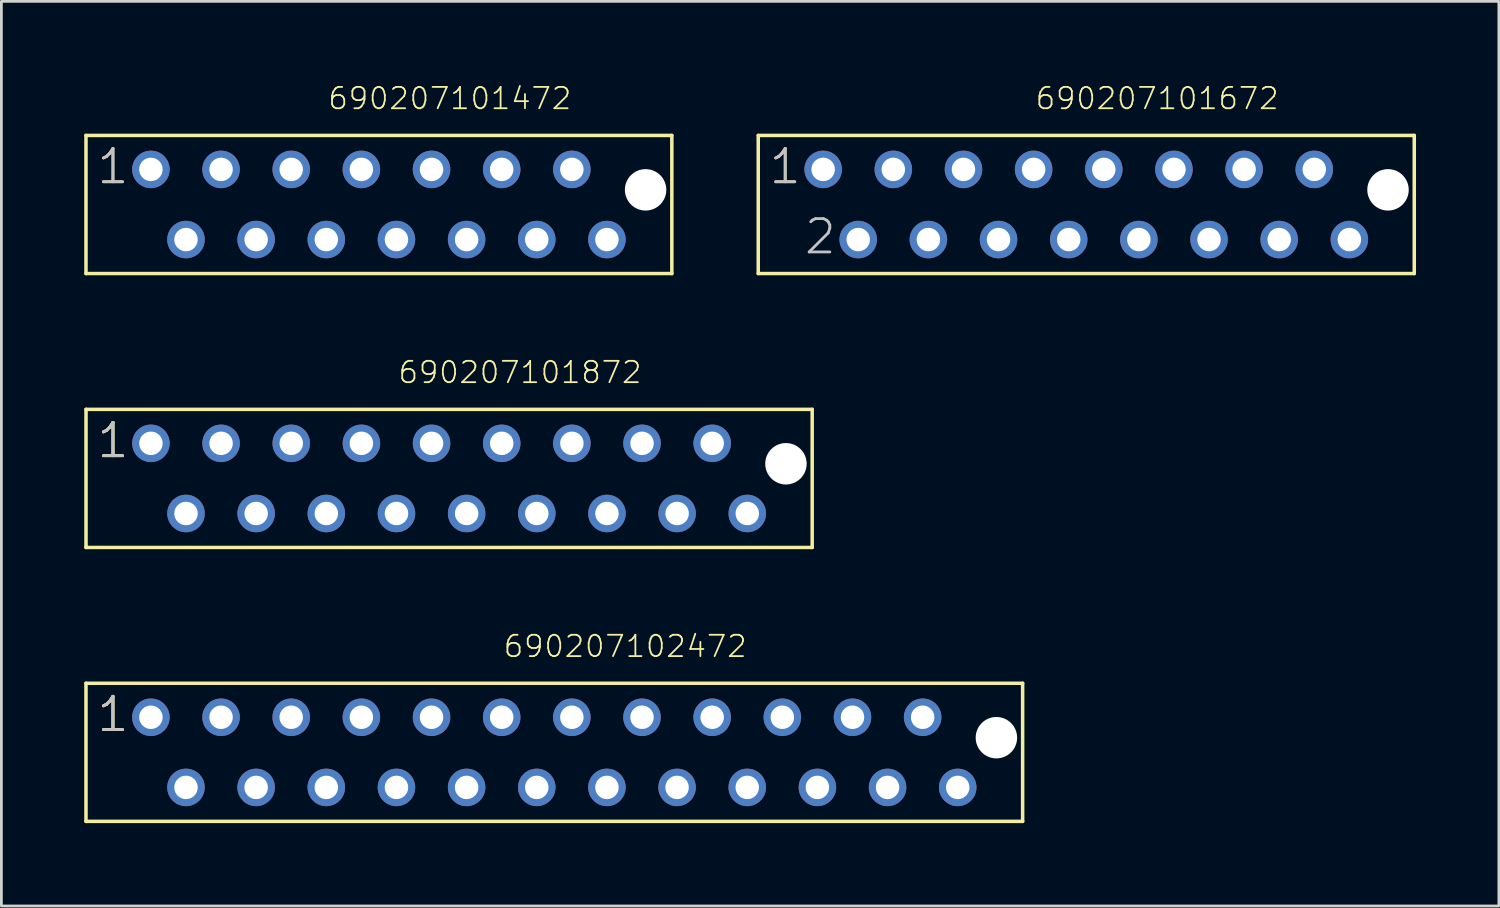
<source format=kicad_pcb>
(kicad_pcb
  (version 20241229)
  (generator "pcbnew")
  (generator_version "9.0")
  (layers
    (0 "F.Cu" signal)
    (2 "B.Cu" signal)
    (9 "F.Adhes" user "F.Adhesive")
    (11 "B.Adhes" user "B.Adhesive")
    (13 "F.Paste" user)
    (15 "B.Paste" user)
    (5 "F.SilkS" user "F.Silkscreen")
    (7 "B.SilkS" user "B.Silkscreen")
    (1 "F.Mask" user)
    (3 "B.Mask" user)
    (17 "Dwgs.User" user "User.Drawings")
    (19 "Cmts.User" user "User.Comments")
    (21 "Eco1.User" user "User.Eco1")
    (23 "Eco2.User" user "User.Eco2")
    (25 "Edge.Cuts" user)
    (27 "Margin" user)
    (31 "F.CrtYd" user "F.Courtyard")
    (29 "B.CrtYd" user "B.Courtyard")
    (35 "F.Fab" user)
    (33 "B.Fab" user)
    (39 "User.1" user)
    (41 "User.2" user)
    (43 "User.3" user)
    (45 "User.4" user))
  (footprint "690207102472"
    (layer "F.Cu")
    (at 17.018 24.187)
    (property "Reference" "690207102472" (at -1.887 -3.386 0) (layer "F.SilkS") (effects (font (size 0.772 0.772) (thickness 0.065)) (justify left bottom)))
    (attr through_hole)
    (fp_line (start -16.955 -2.5) (end -16.955 2.5) (stroke (width 0.127) (type solid)) (layer "F.SilkS"))
    (fp_line (start -16.955 2.5) (end 16.955 2.5) (stroke (width 0.127) (type solid)) (layer "F.SilkS"))
    (fp_line (start 16.955 -2.5) (end -16.955 -2.5) (stroke (width 0.127) (type solid)) (layer "F.SilkS"))
    (fp_line (start 16.955 2.5) (end 16.955 -2.5) (stroke (width 0.127) (type solid)) (layer "F.SilkS"))
    (fp_text user "1" (at -16.62 -0.67 0) (layer "F.SilkS") (effects (font (size 1.206 1.206) (thickness 0.102)) (justify left bottom)))
    (fp_text user "1" (at -16.62 -0.67 0) (layer "F.SilkS") (effects (font (size 1.206 1.206) (thickness 0.102)) (justify left bottom)))
    (fp_text user "1" (at -16.62 -0.67 0) (layer "Dwgs.User") (effects (font (size 1.206 1.206) (thickness 0.102)) (justify left bottom)))
    (pad "" np_thru_hole circle (at 16.005 -0.53) (size 1.5 1.5) (drill 1.5) (layers "*.Cu"))
    (pad "1" thru_hole circle (at -14.605 -1.27 180) (size 1.358 1.358) (drill 0.85) (layers "*.Cu" "*.Mask"))
    (pad "2" thru_hole circle (at -13.335 1.27 180) (size 1.358 1.358) (drill 0.85) (layers "*.Cu" "*.Mask"))
    (pad "3" thru_hole circle (at -12.065 -1.27 180) (size 1.358 1.358) (drill 0.85) (layers "*.Cu" "*.Mask"))
    (pad "4" thru_hole circle (at -10.795 1.27 180) (size 1.358 1.358) (drill 0.85) (layers "*.Cu" "*.Mask"))
    (pad "5" thru_hole circle (at -9.525 -1.27 180) (size 1.358 1.358) (drill 0.85) (layers "*.Cu" "*.Mask"))
    (pad "6" thru_hole circle (at -8.255 1.27 180) (size 1.358 1.358) (drill 0.85) (layers "*.Cu" "*.Mask"))
    (pad "7" thru_hole circle (at -6.985 -1.27 180) (size 1.358 1.358) (drill 0.85) (layers "*.Cu" "*.Mask"))
    (pad "8" thru_hole circle (at -5.715 1.27 180) (size 1.358 1.358) (drill 0.85) (layers "*.Cu" "*.Mask"))
    (pad "9" thru_hole circle (at -4.445 -1.27 180) (size 1.358 1.358) (drill 0.85) (layers "*.Cu" "*.Mask"))
    (pad "10" thru_hole circle (at -3.175 1.27 180) (size 1.358 1.358) (drill 0.85) (layers "*.Cu" "*.Mask"))
    (pad "11" thru_hole circle (at -1.905 -1.27 180) (size 1.358 1.358) (drill 0.85) (layers "*.Cu" "*.Mask"))
    (pad "12" thru_hole circle (at -0.635 1.27 180) (size 1.358 1.358) (drill 0.85) (layers "*.Cu" "*.Mask"))
    (pad "13" thru_hole circle (at 0.635 -1.27 180) (size 1.358 1.358) (drill 0.85) (layers "*.Cu" "*.Mask"))
    (pad "14" thru_hole circle (at 1.905 1.27 180) (size 1.358 1.358) (drill 0.85) (layers "*.Cu" "*.Mask"))
    (pad "15" thru_hole circle (at 3.175 -1.27 180) (size 1.358 1.358) (drill 0.85) (layers "*.Cu" "*.Mask"))
    (pad "16" thru_hole circle (at 4.445 1.27 180) (size 1.358 1.358) (drill 0.85) (layers "*.Cu" "*.Mask"))
    (pad "17" thru_hole circle (at 5.715 -1.27 180) (size 1.358 1.358) (drill 0.85) (layers "*.Cu" "*.Mask"))
    (pad "18" thru_hole circle (at 6.985 1.27 180) (size 1.358 1.358) (drill 0.85) (layers "*.Cu" "*.Mask"))
    (pad "19" thru_hole circle (at 8.255 -1.27 180) (size 1.358 1.358) (drill 0.85) (layers "*.Cu" "*.Mask"))
    (pad "20" thru_hole circle (at 9.525 1.27 180) (size 1.358 1.358) (drill 0.85) (layers "*.Cu" "*.Mask"))
    (pad "21" thru_hole circle (at 10.795 -1.27 180) (size 1.358 1.358) (drill 0.85) (layers "*.Cu" "*.Mask"))
    (pad "22" thru_hole circle (at 12.065 1.27 180) (size 1.358 1.358) (drill 0.85) (layers "*.Cu" "*.Mask"))
    (pad "23" thru_hole circle (at 13.335 -1.27 180) (size 1.358 1.358) (drill 0.85) (layers "*.Cu" "*.Mask"))
    (pad "24" thru_hole circle (at 14.605 1.27 180) (size 1.358 1.358) (drill 0.85) (layers "*.Cu" "*.Mask")))
  (footprint "690207101672"
    (layer "F.Cu")
    (at 36.276 4.353)
    (property "Reference" "690207101672" (at -1.887 -3.386 0) (layer "F.SilkS") (effects (font (size 0.772 0.772) (thickness 0.065)) (justify left bottom)))
    (attr through_hole)
    (fp_line (start -11.875 -2.5) (end -11.875 2.5) (stroke (width 0.127) (type solid)) (layer "F.SilkS"))
    (fp_line (start -11.875 2.5) (end 11.875 2.5) (stroke (width 0.127) (type solid)) (layer "F.SilkS"))
    (fp_line (start 11.875 -2.5) (end -11.875 -2.5) (stroke (width 0.127) (type solid)) (layer "F.SilkS"))
    (fp_line (start 11.875 2.5) (end 11.875 -2.5) (stroke (width 0.127) (type solid)) (layer "F.SilkS"))
    (fp_text user "1" (at -11.54 -0.67 0) (layer "F.SilkS") (effects (font (size 1.206 1.206) (thickness 0.102)) (justify left bottom)))
    (fp_text user "1" (at -11.54 -0.67 0) (layer "Dwgs.User") (effects (font (size 1.206 1.206) (thickness 0.102)) (justify left bottom)))
    (fp_text user "2" (at -10.27 1.87 0) (layer "Dwgs.User") (effects (font (size 1.206 1.206) (thickness 0.102)) (justify left bottom)))
    (pad "" np_thru_hole circle (at 10.925 -0.53) (size 1.5 1.5) (drill 1.5) (layers "*.Cu"))
    (pad "1" thru_hole circle (at -9.525 -1.27 180) (size 1.358 1.358) (drill 0.85) (layers "*.Cu" "*.Mask"))
    (pad "2" thru_hole circle (at -8.255 1.27 180) (size 1.358 1.358) (drill 0.85) (layers "*.Cu" "*.Mask"))
    (pad "3" thru_hole circle (at -6.985 -1.27 180) (size 1.358 1.358) (drill 0.85) (layers "*.Cu" "*.Mask"))
    (pad "4" thru_hole circle (at -5.715 1.27 180) (size 1.358 1.358) (drill 0.85) (layers "*.Cu" "*.Mask"))
    (pad "5" thru_hole circle (at -4.445 -1.27 180) (size 1.358 1.358) (drill 0.85) (layers "*.Cu" "*.Mask"))
    (pad "6" thru_hole circle (at -3.175 1.27 180) (size 1.358 1.358) (drill 0.85) (layers "*.Cu" "*.Mask"))
    (pad "7" thru_hole circle (at -1.905 -1.27 180) (size 1.358 1.358) (drill 0.85) (layers "*.Cu" "*.Mask"))
    (pad "8" thru_hole circle (at -0.635 1.27 180) (size 1.358 1.358) (drill 0.85) (layers "*.Cu" "*.Mask"))
    (pad "9" thru_hole circle (at 0.635 -1.27 180) (size 1.358 1.358) (drill 0.85) (layers "*.Cu" "*.Mask"))
    (pad "10" thru_hole circle (at 1.905 1.27 180) (size 1.358 1.358) (drill 0.85) (layers "*.Cu" "*.Mask"))
    (pad "11" thru_hole circle (at 3.175 -1.27 180) (size 1.358 1.358) (drill 0.85) (layers "*.Cu" "*.Mask"))
    (pad "12" thru_hole circle (at 4.445 1.27 180) (size 1.358 1.358) (drill 0.85) (layers "*.Cu" "*.Mask"))
    (pad "13" thru_hole circle (at 5.715 -1.27 180) (size 1.358 1.358) (drill 0.85) (layers "*.Cu" "*.Mask"))
    (pad "14" thru_hole circle (at 6.985 1.27 180) (size 1.358 1.358) (drill 0.85) (layers "*.Cu" "*.Mask"))
    (pad "15" thru_hole circle (at 8.255 -1.27 180) (size 1.358 1.358) (drill 0.85) (layers "*.Cu" "*.Mask"))
    (pad "16" thru_hole circle (at 9.525 1.27 180) (size 1.358 1.358) (drill 0.85) (layers "*.Cu" "*.Mask")))
  (footprint "690207101472"
    (layer "F.Cu")
    (at 10.668 4.353)
    (property "Reference" "690207101472" (at -1.887 -3.386 0) (layer "F.SilkS") (effects (font (size 0.772 0.772) (thickness 0.065)) (justify left bottom)))
    (attr through_hole)
    (fp_line (start -10.605 -2.5) (end -10.605 2.5) (stroke (width 0.127) (type solid)) (layer "F.SilkS"))
    (fp_line (start -10.605 2.5) (end 10.605 2.5) (stroke (width 0.127) (type solid)) (layer "F.SilkS"))
    (fp_line (start 10.605 -2.5) (end -10.605 -2.5) (stroke (width 0.127) (type solid)) (layer "F.SilkS"))
    (fp_line (start 10.605 2.5) (end 10.605 -2.5) (stroke (width 0.127) (type solid)) (layer "F.SilkS"))
    (fp_text user "1" (at -10.27 -0.67 0) (layer "F.SilkS") (effects (font (size 1.206 1.206) (thickness 0.102)) (justify left bottom)))
    (fp_text user "1" (at -10.27 -0.67 0) (layer "Dwgs.User") (effects (font (size 1.206 1.206) (thickness 0.102)) (justify left bottom)))
    (pad "" np_thru_hole circle (at 9.655 -0.53) (size 1.5 1.5) (drill 1.5) (layers "*.Cu"))
    (pad "1" thru_hole circle (at -8.255 -1.27 180) (size 1.358 1.358) (drill 0.85) (layers "*.Cu" "*.Mask"))
    (pad "2" thru_hole circle (at -6.985 1.27 180) (size 1.358 1.358) (drill 0.85) (layers "*.Cu" "*.Mask"))
    (pad "3" thru_hole circle (at -5.715 -1.27 180) (size 1.358 1.358) (drill 0.85) (layers "*.Cu" "*.Mask"))
    (pad "4" thru_hole circle (at -4.445 1.27 180) (size 1.358 1.358) (drill 0.85) (layers "*.Cu" "*.Mask"))
    (pad "5" thru_hole circle (at -3.175 -1.27 180) (size 1.358 1.358) (drill 0.85) (layers "*.Cu" "*.Mask"))
    (pad "6" thru_hole circle (at -1.905 1.27 180) (size 1.358 1.358) (drill 0.85) (layers "*.Cu" "*.Mask"))
    (pad "7" thru_hole circle (at -0.635 -1.27 180) (size 1.358 1.358) (drill 0.85) (layers "*.Cu" "*.Mask"))
    (pad "8" thru_hole circle (at 0.635 1.27 180) (size 1.358 1.358) (drill 0.85) (layers "*.Cu" "*.Mask"))
    (pad "9" thru_hole circle (at 1.905 -1.27 180) (size 1.358 1.358) (drill 0.85) (layers "*.Cu" "*.Mask"))
    (pad "10" thru_hole circle (at 3.175 1.27 180) (size 1.358 1.358) (drill 0.85) (layers "*.Cu" "*.Mask"))
    (pad "11" thru_hole circle (at 4.445 -1.27 180) (size 1.358 1.358) (drill 0.85) (layers "*.Cu" "*.Mask"))
    (pad "12" thru_hole circle (at 5.715 1.27 180) (size 1.358 1.358) (drill 0.85) (layers "*.Cu" "*.Mask"))
    (pad "13" thru_hole circle (at 6.985 -1.27 180) (size 1.358 1.358) (drill 0.85) (layers "*.Cu" "*.Mask"))
    (pad "14" thru_hole circle (at 8.255 1.27 180) (size 1.358 1.358) (drill 0.85) (layers "*.Cu" "*.Mask")))
  (footprint "690207101872"
    (layer "F.Cu")
    (at 13.209 14.27)
    (property "Reference" "690207101872" (at -1.887 -3.386 0) (layer "F.SilkS") (effects (font (size 0.772 0.772) (thickness 0.065)) (justify left bottom)))
    (attr through_hole)
    (fp_line (start -13.145 -2.5) (end -13.145 2.5) (stroke (width 0.127) (type solid)) (layer "F.SilkS"))
    (fp_line (start -13.145 2.5) (end 13.145 2.5) (stroke (width 0.127) (type solid)) (layer "F.SilkS"))
    (fp_line (start 13.145 -2.5) (end -13.145 -2.5) (stroke (width 0.127) (type solid)) (layer "F.SilkS"))
    (fp_line (start 13.145 2.5) (end 13.145 -2.5) (stroke (width 0.127) (type solid)) (layer "F.SilkS"))
    (fp_text user "1" (at -12.81 -0.67 0) (layer "F.SilkS") (effects (font (size 1.206 1.206) (thickness 0.102)) (justify left bottom)))
    (fp_text user "1" (at -12.81 -0.67 0) (layer "F.SilkS") (effects (font (size 1.206 1.206) (thickness 0.102)) (justify left bottom)))
    (fp_text user "1" (at -12.81 -0.67 0) (layer "Dwgs.User") (effects (font (size 1.206 1.206) (thickness 0.102)) (justify left bottom)))
    (pad "" np_thru_hole circle (at 12.195 -0.53) (size 1.5 1.5) (drill 1.5) (layers "*.Cu"))
    (pad "1" thru_hole circle (at -10.795 -1.27 180) (size 1.358 1.358) (drill 0.85) (layers "*.Cu" "*.Mask"))
    (pad "2" thru_hole circle (at -9.525 1.27 180) (size 1.358 1.358) (drill 0.85) (layers "*.Cu" "*.Mask"))
    (pad "3" thru_hole circle (at -8.255 -1.27 180) (size 1.358 1.358) (drill 0.85) (layers "*.Cu" "*.Mask"))
    (pad "4" thru_hole circle (at -6.985 1.27 180) (size 1.358 1.358) (drill 0.85) (layers "*.Cu" "*.Mask"))
    (pad "5" thru_hole circle (at -5.715 -1.27 180) (size 1.358 1.358) (drill 0.85) (layers "*.Cu" "*.Mask"))
    (pad "6" thru_hole circle (at -4.445 1.27 180) (size 1.358 1.358) (drill 0.85) (layers "*.Cu" "*.Mask"))
    (pad "7" thru_hole circle (at -3.175 -1.27 180) (size 1.358 1.358) (drill 0.85) (layers "*.Cu" "*.Mask"))
    (pad "8" thru_hole circle (at -1.905 1.27 180) (size 1.358 1.358) (drill 0.85) (layers "*.Cu" "*.Mask"))
    (pad "9" thru_hole circle (at -0.635 -1.27 180) (size 1.358 1.358) (drill 0.85) (layers "*.Cu" "*.Mask"))
    (pad "10" thru_hole circle (at 0.635 1.27 180) (size 1.358 1.358) (drill 0.85) (layers "*.Cu" "*.Mask"))
    (pad "11" thru_hole circle (at 1.905 -1.27 180) (size 1.358 1.358) (drill 0.85) (layers "*.Cu" "*.Mask"))
    (pad "12" thru_hole circle (at 3.175 1.27 180) (size 1.358 1.358) (drill 0.85) (layers "*.Cu" "*.Mask"))
    (pad "13" thru_hole circle (at 4.445 -1.27 180) (size 1.358 1.358) (drill 0.85) (layers "*.Cu" "*.Mask"))
    (pad "14" thru_hole circle (at 5.715 1.27 180) (size 1.358 1.358) (drill 0.85) (layers "*.Cu" "*.Mask"))
    (pad "15" thru_hole circle (at 6.985 -1.27 180) (size 1.358 1.358) (drill 0.85) (layers "*.Cu" "*.Mask"))
    (pad "16" thru_hole circle (at 8.255 1.27 180) (size 1.358 1.358) (drill 0.85) (layers "*.Cu" "*.Mask"))
    (pad "17" thru_hole circle (at 9.525 -1.27 180) (size 1.358 1.358) (drill 0.85) (layers "*.Cu" "*.Mask"))
    (pad "18" thru_hole circle (at 10.795 1.27 180) (size 1.358 1.358) (drill 0.85) (layers "*.Cu" "*.Mask")))
  (gr_rect
    (start -3 -3)
    (end 51.214 29.75)
    (stroke (width 0.1) (type default))
    (fill no)
    (layer "Edge.Cuts")))
</source>
